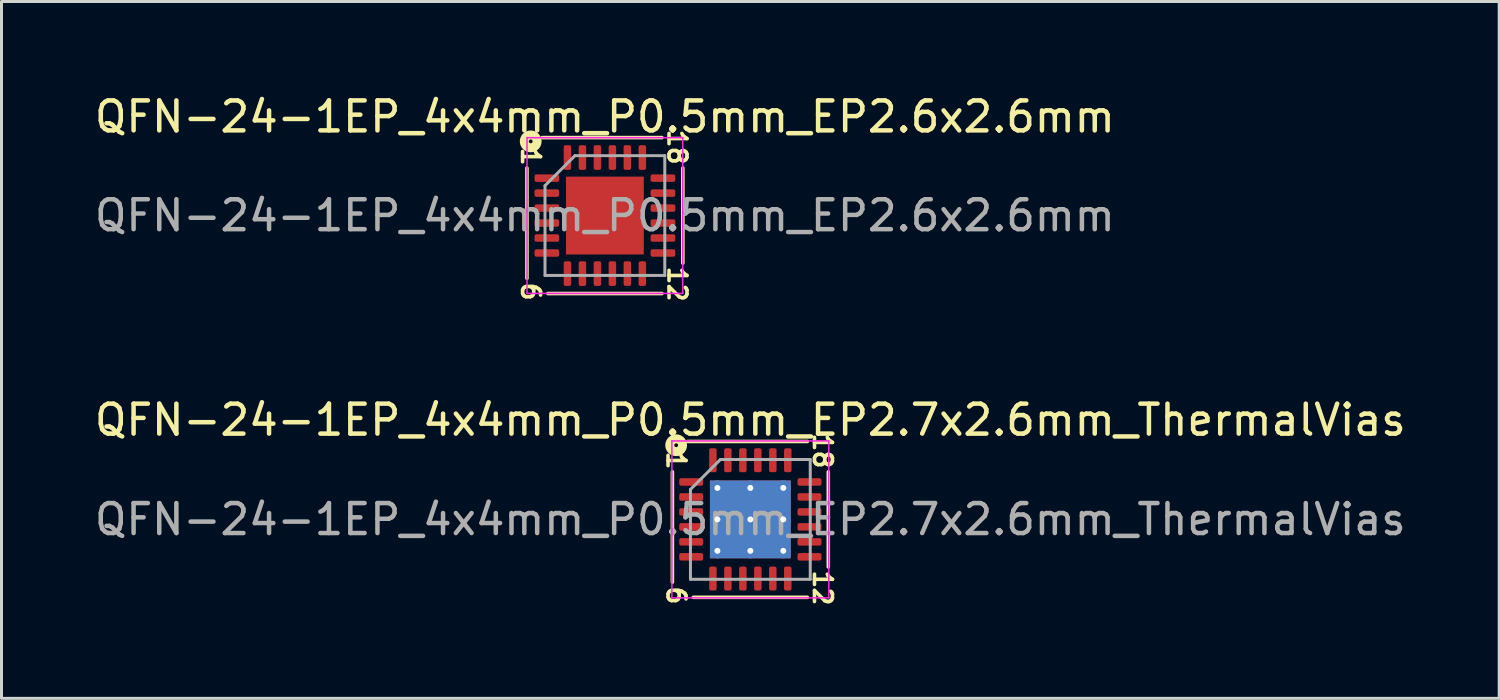
<source format=kicad_pcb>
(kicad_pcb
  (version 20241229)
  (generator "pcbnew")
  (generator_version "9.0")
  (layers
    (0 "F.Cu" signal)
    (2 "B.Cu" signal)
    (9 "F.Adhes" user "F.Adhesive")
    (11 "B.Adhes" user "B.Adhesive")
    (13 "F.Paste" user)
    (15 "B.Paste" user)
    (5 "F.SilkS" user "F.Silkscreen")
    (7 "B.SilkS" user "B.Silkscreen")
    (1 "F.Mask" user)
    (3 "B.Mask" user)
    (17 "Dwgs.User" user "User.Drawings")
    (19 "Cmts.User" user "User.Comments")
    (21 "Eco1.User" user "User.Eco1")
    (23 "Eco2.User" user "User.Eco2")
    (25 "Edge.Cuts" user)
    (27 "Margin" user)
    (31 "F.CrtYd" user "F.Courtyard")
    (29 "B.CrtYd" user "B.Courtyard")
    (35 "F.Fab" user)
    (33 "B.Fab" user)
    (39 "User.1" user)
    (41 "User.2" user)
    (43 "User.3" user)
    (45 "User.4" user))
  (footprint "QFN-24-1EP_4x4mm_P0.5mm_EP2.6x2.6mm"
    (layer "F.Cu")
    (at 17.149 4.148)
    (property "Reference" "QFN-24-1EP_4x4mm_P0.5mm_EP2.6x2.6mm" (at 0 -3.3 0) (layer "F.SilkS") (effects (font (size 1 1) (thickness 0.15))))
    (attr smd)
    (fp_line (start -2.603 -1.587) (end -2.603 2.095) (stroke (width 0.12) (type solid)) (layer "F.SilkS"))
    (fp_line (start -1.905 2.603) (end 1.905 2.603) (stroke (width 0.12) (type solid)) (layer "F.SilkS"))
    (fp_line (start 1.905 -2.603) (end -2.095 -2.603) (stroke (width 0.12) (type solid)) (layer "F.SilkS"))
    (fp_line (start 2.603 1.587) (end 2.603 -1.587) (stroke (width 0.12) (type solid)) (layer "F.SilkS"))
    (fp_circle (center -2.477 -2.477) (end -2.413 -2.477) (stroke (width 0.3) (type solid)) (fill no) (layer "F.SilkS"))
    (fp_line (start -2.6 -2.6) (end -2.6 2.6) (stroke (width 0.05) (type solid)) (layer "F.CrtYd"))
    (fp_line (start -2.6 2.6) (end 2.6 2.6) (stroke (width 0.05) (type solid)) (layer "F.CrtYd"))
    (fp_line (start 2.6 -2.6) (end -2.6 -2.6) (stroke (width 0.05) (type solid)) (layer "F.CrtYd"))
    (fp_line (start 2.6 2.6) (end 2.6 -2.6) (stroke (width 0.05) (type solid)) (layer "F.CrtYd"))
    (fp_line (start -2 -1) (end -1 -2) (stroke (width 0.1) (type solid)) (layer "F.Fab"))
    (fp_line (start -2 2) (end -2 -1) (stroke (width 0.1) (type solid)) (layer "F.Fab"))
    (fp_line (start -1 -2) (end 2 -2) (stroke (width 0.1) (type solid)) (layer "F.Fab"))
    (fp_line (start 2 -2) (end 2 2) (stroke (width 0.1) (type solid)) (layer "F.Fab"))
    (fp_line (start 2 2) (end -2 2) (stroke (width 0.1) (type solid)) (layer "F.Fab"))
    (fp_text user "12" (at 2.413 2.286 270) (unlocked yes) (layer "F.SilkS") (effects (font (size 0.6 0.6) (thickness 0.12))))
    (fp_text user "1" (at -2.477 -1.968 270) (unlocked yes) (layer "F.SilkS") (effects (font (size 0.6 0.6) (thickness 0.12))))
    (fp_text user "18" (at 2.413 -2.286 270) (unlocked yes) (layer "F.SilkS") (effects (font (size 0.6 0.6) (thickness 0.12))))
    (fp_text user "6" (at -2.477 2.54 270) (unlocked yes) (layer "F.SilkS") (effects (font (size 0.6 0.6) (thickness 0.12))))
    (fp_text user "${REFERENCE}" (at 0 0 0) (layer "F.Fab") (effects (font (size 1 1) (thickness 0.15))))
    (pad "" smd roundrect (at -0.65 -0.65) (size 1.05 1.05) (layers "F.Paste") (roundrect_rratio 0.238))
    (pad "" smd roundrect (at -0.65 0.65) (size 1.05 1.05) (layers "F.Paste") (roundrect_rratio 0.238))
    (pad "" smd roundrect (at 0.65 -0.65) (size 1.05 1.05) (layers "F.Paste") (roundrect_rratio 0.238))
    (pad "" smd roundrect (at 0.65 0.65) (size 1.05 1.05) (layers "F.Paste") (roundrect_rratio 0.238))
    (pad "1" smd roundrect (at -1.938 -1.25) (size 0.825 0.25) (layers "F.Cu" "F.Mask" "F.Paste") (roundrect_rratio 0.25))
    (pad "2" smd roundrect (at -1.938 -0.75) (size 0.825 0.25) (layers "F.Cu" "F.Mask" "F.Paste") (roundrect_rratio 0.25))
    (pad "3" smd roundrect (at -1.938 -0.25) (size 0.825 0.25) (layers "F.Cu" "F.Mask" "F.Paste") (roundrect_rratio 0.25))
    (pad "4" smd roundrect (at -1.938 0.25) (size 0.825 0.25) (layers "F.Cu" "F.Mask" "F.Paste") (roundrect_rratio 0.25))
    (pad "5" smd roundrect (at -1.938 0.75) (size 0.825 0.25) (layers "F.Cu" "F.Mask" "F.Paste") (roundrect_rratio 0.25))
    (pad "6" smd roundrect (at -1.938 1.25) (size 0.825 0.25) (layers "F.Cu" "F.Mask" "F.Paste") (roundrect_rratio 0.25))
    (pad "7" smd roundrect (at -1.25 1.938) (size 0.25 0.825) (layers "F.Cu" "F.Mask" "F.Paste") (roundrect_rratio 0.25))
    (pad "8" smd roundrect (at -0.75 1.938) (size 0.25 0.825) (layers "F.Cu" "F.Mask" "F.Paste") (roundrect_rratio 0.25))
    (pad "9" smd roundrect (at -0.25 1.938) (size 0.25 0.825) (layers "F.Cu" "F.Mask" "F.Paste") (roundrect_rratio 0.25))
    (pad "10" smd roundrect (at 0.25 1.938) (size 0.25 0.825) (layers "F.Cu" "F.Mask" "F.Paste") (roundrect_rratio 0.25))
    (pad "11" smd roundrect (at 0.75 1.938) (size 0.25 0.825) (layers "F.Cu" "F.Mask" "F.Paste") (roundrect_rratio 0.25))
    (pad "12" smd roundrect (at 1.25 1.938) (size 0.25 0.825) (layers "F.Cu" "F.Mask" "F.Paste") (roundrect_rratio 0.25))
    (pad "13" smd roundrect (at 1.938 1.25) (size 0.825 0.25) (layers "F.Cu" "F.Mask" "F.Paste") (roundrect_rratio 0.25))
    (pad "14" smd roundrect (at 1.938 0.75) (size 0.825 0.25) (layers "F.Cu" "F.Mask" "F.Paste") (roundrect_rratio 0.25))
    (pad "15" smd roundrect (at 1.938 0.25) (size 0.825 0.25) (layers "F.Cu" "F.Mask" "F.Paste") (roundrect_rratio 0.25))
    (pad "16" smd roundrect (at 1.938 -0.25) (size 0.825 0.25) (layers "F.Cu" "F.Mask" "F.Paste") (roundrect_rratio 0.25))
    (pad "17" smd roundrect (at 1.938 -0.75) (size 0.825 0.25) (layers "F.Cu" "F.Mask" "F.Paste") (roundrect_rratio 0.25))
    (pad "18" smd roundrect (at 1.938 -1.25) (size 0.825 0.25) (layers "F.Cu" "F.Mask" "F.Paste") (roundrect_rratio 0.25))
    (pad "19" smd roundrect (at 1.25 -1.938) (size 0.25 0.825) (layers "F.Cu" "F.Mask" "F.Paste") (roundrect_rratio 0.25))
    (pad "20" smd roundrect (at 0.75 -1.938) (size 0.25 0.825) (layers "F.Cu" "F.Mask" "F.Paste") (roundrect_rratio 0.25))
    (pad "21" smd roundrect (at 0.25 -1.938) (size 0.25 0.825) (layers "F.Cu" "F.Mask" "F.Paste") (roundrect_rratio 0.25))
    (pad "22" smd roundrect (at -0.25 -1.938) (size 0.25 0.825) (layers "F.Cu" "F.Mask" "F.Paste") (roundrect_rratio 0.25))
    (pad "23" smd roundrect (at -0.75 -1.938) (size 0.25 0.825) (layers "F.Cu" "F.Mask" "F.Paste") (roundrect_rratio 0.25))
    (pad "24" smd roundrect (at -1.25 -1.938) (size 0.25 0.825) (layers "F.Cu" "F.Mask" "F.Paste") (roundrect_rratio 0.25))
    (pad "25" smd rect (at 0 0) (size 2.6 2.6) (layers "F.Cu" "F.Mask")))
  (footprint "QFN-24-1EP_4x4mm_P0.5mm_EP2.7x2.6mm_ThermalVias"
    (layer "F.Cu")
    (at 22.006 14.294)
    (property "Reference" "QFN-24-1EP_4x4mm_P0.5mm_EP2.7x2.6mm_ThermalVias" (at 0 -3.32 0) (layer "F.SilkS") (effects (font (size 1 1) (thickness 0.15))))
    (attr smd)
    (fp_line (start -2.603 -1.587) (end -2.603 2.095) (stroke (width 0.12) (type solid)) (layer "F.SilkS"))
    (fp_line (start -1.905 2.603) (end 1.905 2.603) (stroke (width 0.12) (type solid)) (layer "F.SilkS"))
    (fp_line (start 1.905 -2.603) (end -2.095 -2.603) (stroke (width 0.12) (type solid)) (layer "F.SilkS"))
    (fp_line (start 2.603 1.587) (end 2.603 -1.587) (stroke (width 0.12) (type solid)) (layer "F.SilkS"))
    (fp_circle (center -2.477 -2.477) (end -2.413 -2.477) (stroke (width 0.3) (type solid)) (fill no) (layer "F.SilkS"))
    (fp_line (start -2.62 -2.62) (end -2.62 2.62) (stroke (width 0.05) (type solid)) (layer "F.CrtYd"))
    (fp_line (start -2.62 2.62) (end 2.62 2.62) (stroke (width 0.05) (type solid)) (layer "F.CrtYd"))
    (fp_line (start 2.62 -2.62) (end -2.62 -2.62) (stroke (width 0.05) (type solid)) (layer "F.CrtYd"))
    (fp_line (start 2.62 2.62) (end 2.62 -2.62) (stroke (width 0.05) (type solid)) (layer "F.CrtYd"))
    (fp_line (start -2 -1) (end -1 -2) (stroke (width 0.1) (type solid)) (layer "F.Fab"))
    (fp_line (start -2 2) (end -2 -1) (stroke (width 0.1) (type solid)) (layer "F.Fab"))
    (fp_line (start -1 -2) (end 2 -2) (stroke (width 0.1) (type solid)) (layer "F.Fab"))
    (fp_line (start 2 -2) (end 2 2) (stroke (width 0.1) (type solid)) (layer "F.Fab"))
    (fp_line (start 2 2) (end -2 2) (stroke (width 0.1) (type solid)) (layer "F.Fab"))
    (fp_text user "6" (at -2.477 2.54 270) (unlocked yes) (layer "F.SilkS") (effects (font (size 0.6 0.6) (thickness 0.12))))
    (fp_text user "12" (at 2.413 2.286 270) (unlocked yes) (layer "F.SilkS") (effects (font (size 0.6 0.6) (thickness 0.12))))
    (fp_text user "18" (at 2.413 -2.286 270) (unlocked yes) (layer "F.SilkS") (effects (font (size 0.6 0.6) (thickness 0.12))))
    (fp_text user "1" (at -2.477 -1.968 270) (unlocked yes) (layer "F.SilkS") (effects (font (size 0.6 0.6) (thickness 0.12))))
    (fp_text user "${REFERENCE}" (at 0 0 0) (layer "F.Fab") (effects (font (size 1 1) (thickness 0.15))))
    (pad "" smd roundrect (at -0.675 -0.65) (size 1.17 1.13) (layers "F.Paste") (roundrect_rratio 0.221))
    (pad "" smd roundrect (at -0.675 0.65) (size 1.17 1.13) (layers "F.Paste") (roundrect_rratio 0.221))
    (pad "" smd roundrect (at 0.675 -0.65) (size 1.17 1.13) (layers "F.Paste") (roundrect_rratio 0.221))
    (pad "" smd roundrect (at 0.675 0.65) (size 1.17 1.13) (layers "F.Paste") (roundrect_rratio 0.221))
    (pad "1" smd roundrect (at -1.975 -1.25) (size 0.8 0.25) (layers "F.Cu" "F.Mask" "F.Paste") (roundrect_rratio 0.25))
    (pad "2" smd roundrect (at -1.975 -0.75) (size 0.8 0.25) (layers "F.Cu" "F.Mask" "F.Paste") (roundrect_rratio 0.25))
    (pad "3" smd roundrect (at -1.975 -0.25) (size 0.8 0.25) (layers "F.Cu" "F.Mask" "F.Paste") (roundrect_rratio 0.25))
    (pad "4" smd roundrect (at -1.975 0.25) (size 0.8 0.25) (layers "F.Cu" "F.Mask" "F.Paste") (roundrect_rratio 0.25))
    (pad "5" smd roundrect (at -1.975 0.75) (size 0.8 0.25) (layers "F.Cu" "F.Mask" "F.Paste") (roundrect_rratio 0.25))
    (pad "6" smd roundrect (at -1.975 1.25) (size 0.8 0.25) (layers "F.Cu" "F.Mask" "F.Paste") (roundrect_rratio 0.25))
    (pad "7" smd roundrect (at -1.25 1.975) (size 0.25 0.8) (layers "F.Cu" "F.Mask" "F.Paste") (roundrect_rratio 0.25))
    (pad "8" smd roundrect (at -0.75 1.975) (size 0.25 0.8) (layers "F.Cu" "F.Mask" "F.Paste") (roundrect_rratio 0.25))
    (pad "9" smd roundrect (at -0.25 1.975) (size 0.25 0.8) (layers "F.Cu" "F.Mask" "F.Paste") (roundrect_rratio 0.25))
    (pad "10" smd roundrect (at 0.25 1.975) (size 0.25 0.8) (layers "F.Cu" "F.Mask" "F.Paste") (roundrect_rratio 0.25))
    (pad "11" smd roundrect (at 0.75 1.975) (size 0.25 0.8) (layers "F.Cu" "F.Mask" "F.Paste") (roundrect_rratio 0.25))
    (pad "12" smd roundrect (at 1.25 1.975) (size 0.25 0.8) (layers "F.Cu" "F.Mask" "F.Paste") (roundrect_rratio 0.25))
    (pad "13" smd roundrect (at 1.975 1.25) (size 0.8 0.25) (layers "F.Cu" "F.Mask" "F.Paste") (roundrect_rratio 0.25))
    (pad "14" smd roundrect (at 1.975 0.75) (size 0.8 0.25) (layers "F.Cu" "F.Mask" "F.Paste") (roundrect_rratio 0.25))
    (pad "15" smd roundrect (at 1.975 0.25) (size 0.8 0.25) (layers "F.Cu" "F.Mask" "F.Paste") (roundrect_rratio 0.25))
    (pad "16" smd roundrect (at 1.975 -0.25) (size 0.8 0.25) (layers "F.Cu" "F.Mask" "F.Paste") (roundrect_rratio 0.25))
    (pad "17" smd roundrect (at 1.975 -0.75) (size 0.8 0.25) (layers "F.Cu" "F.Mask" "F.Paste") (roundrect_rratio 0.25))
    (pad "18" smd roundrect (at 1.975 -1.25) (size 0.8 0.25) (layers "F.Cu" "F.Mask" "F.Paste") (roundrect_rratio 0.25))
    (pad "19" smd roundrect (at 1.25 -1.975) (size 0.25 0.8) (layers "F.Cu" "F.Mask" "F.Paste") (roundrect_rratio 0.25))
    (pad "20" smd roundrect (at 0.75 -1.975) (size 0.25 0.8) (layers "F.Cu" "F.Mask" "F.Paste") (roundrect_rratio 0.25))
    (pad "21" smd roundrect (at 0.25 -1.975) (size 0.25 0.8) (layers "F.Cu" "F.Mask" "F.Paste") (roundrect_rratio 0.25))
    (pad "22" smd roundrect (at -0.25 -1.975) (size 0.25 0.8) (layers "F.Cu" "F.Mask" "F.Paste") (roundrect_rratio 0.25))
    (pad "23" smd roundrect (at -0.75 -1.975) (size 0.25 0.8) (layers "F.Cu" "F.Mask" "F.Paste") (roundrect_rratio 0.25))
    (pad "24" smd roundrect (at -1.25 -1.975) (size 0.25 0.8) (layers "F.Cu" "F.Mask" "F.Paste") (roundrect_rratio 0.25))
    (pad "25" thru_hole circle (at -1.1 -1.05) (size 0.5 0.5) (drill 0.2) (layers "*.Cu"))
    (pad "25" thru_hole circle (at -1.1 0) (size 0.5 0.5) (drill 0.2) (layers "*.Cu"))
    (pad "25" thru_hole circle (at -1.1 1.05) (size 0.5 0.5) (drill 0.2) (layers "*.Cu"))
    (pad "25" thru_hole circle (at 0 -1.05) (size 0.5 0.5) (drill 0.2) (layers "*.Cu"))
    (pad "25" thru_hole circle (at 0 0) (size 0.5 0.5) (drill 0.2) (layers "*.Cu"))
    (pad "25" smd rect (at 0 0) (size 2.7 2.6) (layers "F.Cu" "F.Mask"))
    (pad "25" smd rect (at 0 0) (size 2.7 2.6) (layers "B.Cu" "B.Mask"))
    (pad "25" thru_hole circle (at 0 1.05) (size 0.5 0.5) (drill 0.2) (layers "*.Cu"))
    (pad "25" thru_hole circle (at 1.1 -1.05) (size 0.5 0.5) (drill 0.2) (layers "*.Cu"))
    (pad "25" thru_hole circle (at 1.1 0) (size 0.5 0.5) (drill 0.2) (layers "*.Cu"))
    (pad "25" thru_hole circle (at 1.1 1.05) (size 0.5 0.5) (drill 0.2) (layers "*.Cu")))
  (gr_rect
    (start -3 -3)
    (end 47.012 20.271)
    (stroke (width 0.1) (type default))
    (fill no)
    (layer "Edge.Cuts")))
</source>
